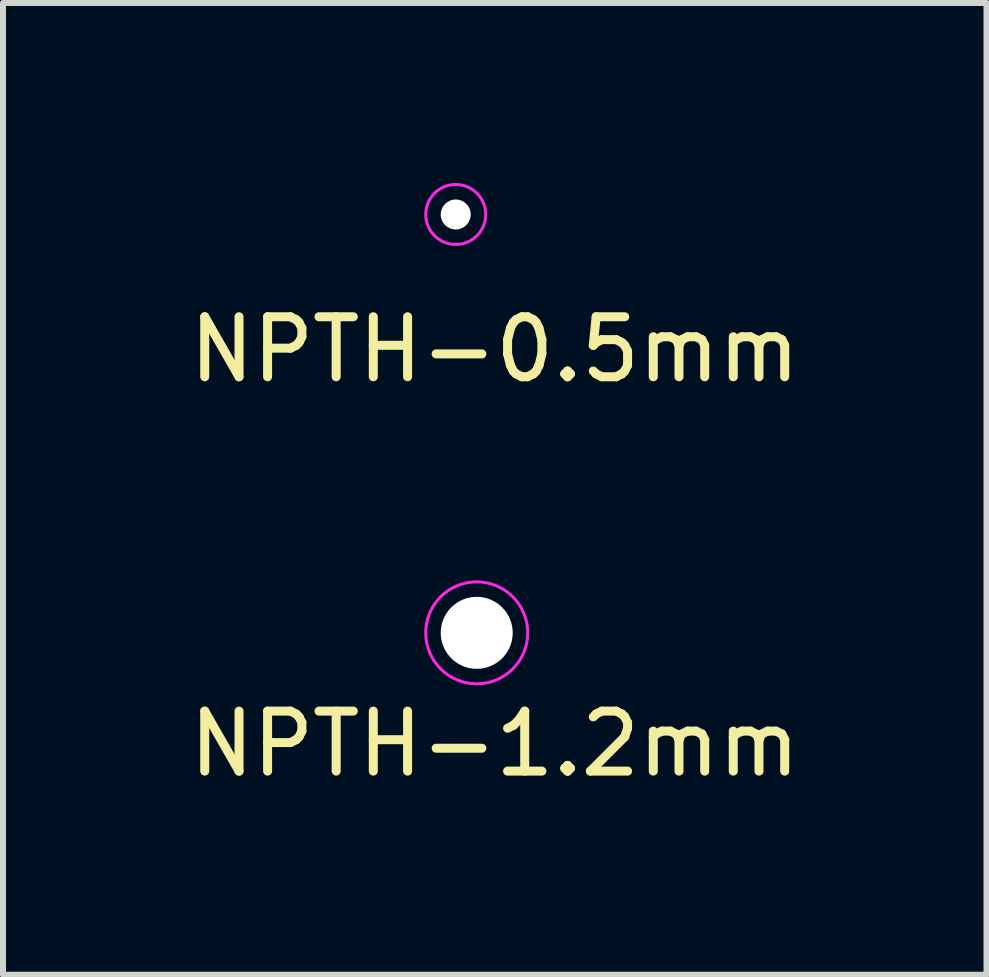
<source format=kicad_pcb>
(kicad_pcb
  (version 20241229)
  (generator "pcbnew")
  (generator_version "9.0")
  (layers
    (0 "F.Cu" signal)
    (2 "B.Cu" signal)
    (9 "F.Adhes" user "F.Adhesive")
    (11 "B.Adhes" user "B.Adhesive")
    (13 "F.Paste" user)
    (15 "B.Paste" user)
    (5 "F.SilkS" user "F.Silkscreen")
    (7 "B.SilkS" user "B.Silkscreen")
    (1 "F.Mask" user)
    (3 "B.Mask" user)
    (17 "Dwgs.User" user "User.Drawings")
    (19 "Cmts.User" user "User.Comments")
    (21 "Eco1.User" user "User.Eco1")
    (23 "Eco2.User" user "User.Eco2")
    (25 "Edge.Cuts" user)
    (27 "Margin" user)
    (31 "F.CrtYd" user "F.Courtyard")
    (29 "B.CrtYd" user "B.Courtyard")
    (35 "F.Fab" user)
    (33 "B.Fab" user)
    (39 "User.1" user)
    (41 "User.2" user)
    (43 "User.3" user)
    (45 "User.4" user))
  (footprint "NPTH-0.5mm"
    (layer "F.Cu")
    (at 4.546 0.525)
    (property "Reference" "NPTH-0.5mm" (at 0.65 2.25 0) (layer "F.SilkS") (effects (font (size 1 1) (thickness 0.15))))
    (attr through_hole)
    (fp_circle (center 0 0) (end 0.5 0) (stroke (width 0.05) (type solid)) (fill no) (layer "F.CrtYd"))
    (pad "" np_thru_hole circle (at 0 0) (size 0.5 0.5) (drill 0.5) (layers "*.Cu" "*.Mask")))
  (footprint "NPTH-1.2mm"
    (layer "F.Cu")
    (at 4.896 7.498)
    (property "Reference" "NPTH-1.2mm" (at 0.3 1.85 0) (layer "F.SilkS") (effects (font (size 1 1) (thickness 0.15))))
    (attr through_hole)
    (fp_circle (center 0 0) (end 0.85 0) (stroke (width 0.05) (type solid)) (fill no) (layer "F.CrtYd"))
    (pad "" np_thru_hole circle (at 0 0) (size 1.2 1.2) (drill 1.2) (layers "*.Cu" "*.Mask")))
  (gr_rect
    (start -3 -3)
    (end 13.393 13.197)
    (stroke (width 0.1) (type default))
    (fill no)
    (layer "Edge.Cuts")))
</source>
